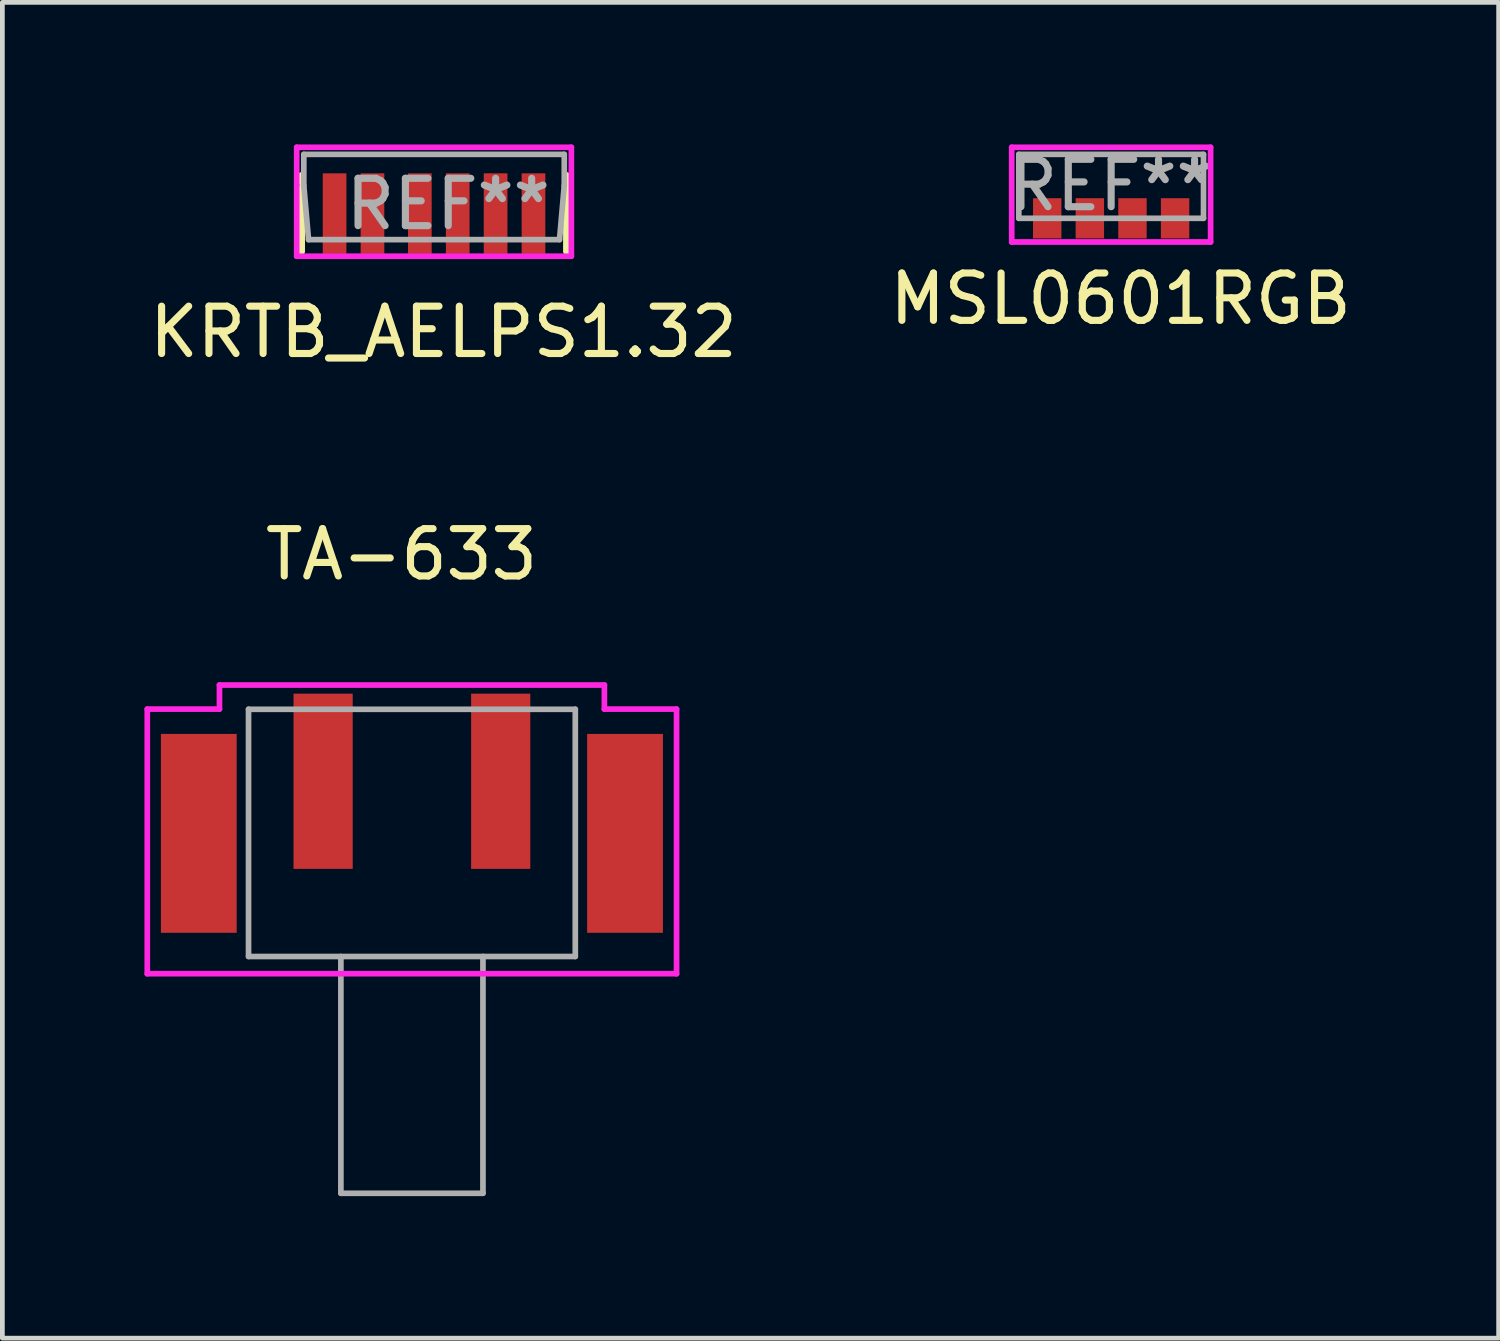
<source format=kicad_pcb>
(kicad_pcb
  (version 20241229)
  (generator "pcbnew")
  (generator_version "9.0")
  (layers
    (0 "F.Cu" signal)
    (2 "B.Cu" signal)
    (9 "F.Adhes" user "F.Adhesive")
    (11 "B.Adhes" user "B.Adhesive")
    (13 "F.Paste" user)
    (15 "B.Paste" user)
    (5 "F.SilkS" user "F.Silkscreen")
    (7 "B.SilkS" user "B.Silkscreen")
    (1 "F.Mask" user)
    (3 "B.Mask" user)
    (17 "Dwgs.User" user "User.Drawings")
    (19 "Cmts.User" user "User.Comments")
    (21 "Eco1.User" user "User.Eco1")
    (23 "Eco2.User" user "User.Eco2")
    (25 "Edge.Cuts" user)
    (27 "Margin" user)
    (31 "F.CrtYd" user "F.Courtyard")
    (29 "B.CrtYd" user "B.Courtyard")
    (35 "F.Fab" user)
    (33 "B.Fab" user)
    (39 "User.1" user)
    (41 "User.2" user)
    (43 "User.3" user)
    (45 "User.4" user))
  (footprint "MSL0601RGB"
    (layer "F.Cu")
    (at 20.413 1.56)
    (property "Reference" "MSL0601RGB" (at 0.2 1.7 0) (layer "F.SilkS") (effects (font (size 1 1) (thickness 0.15))))
    (attr through_hole)
    (fp_line (start -2.1 -1.5) (end -2.1 0.5) (stroke (width 0.12) (type solid)) (layer "F.CrtYd"))
    (fp_line (start -2.1 0.5) (end 2.1 0.5) (stroke (width 0.12) (type solid)) (layer "F.CrtYd"))
    (fp_line (start 2.1 -1.5) (end -2.1 -1.5) (stroke (width 0.12) (type solid)) (layer "F.CrtYd"))
    (fp_line (start 2.1 0.5) (end 2.1 -1.5) (stroke (width 0.12) (type solid)) (layer "F.CrtYd"))
    (fp_line (start -1.95 -1.35) (end -1.95 0) (stroke (width 0.12) (type solid)) (layer "F.Fab"))
    (fp_line (start -1.95 -1.35) (end 1.95 -1.35) (stroke (width 0.12) (type solid)) (layer "F.Fab"))
    (fp_line (start -1.95 0) (end 1.95 0) (stroke (width 0.12) (type solid)) (layer "F.Fab"))
    (fp_line (start 1.95 -1.35) (end 1.95 0) (stroke (width 0.12) (type solid)) (layer "F.Fab"))
    (fp_text user "REF**" (at 0 -0.7 0) (layer "F.Fab") (effects (font (size 1 1) (thickness 0.15))))
    (pad "1" smd rect (at 1.35 0) (size 0.6 0.85) (layers "F.Cu" "F.Mask" "F.Paste"))
    (pad "2" smd rect (at 0.45 0) (size 0.6 0.85) (layers "F.Cu" "F.Mask" "F.Paste"))
    (pad "3" smd rect (at -0.45 0) (size 0.6 0.85) (layers "F.Cu" "F.Mask" "F.Paste"))
    (pad "4" smd rect (at -1.35 0) (size 0.6 0.85) (layers "F.Cu" "F.Mask" "F.Paste")))
  (footprint "KRTB_AELPS1.32"
    (layer "F.Cu")
    (at 6.115 1.66)
    (property "Reference" "KRTB_AELPS1.32" (at 0.2 2.3 0) (layer "F.SilkS") (effects (font (size 1 1) (thickness 0.15))))
    (attr through_hole)
    (fp_line (start -2.8 -1) (end -2.8 0.6) (stroke (width 0.15) (type solid)) (layer "F.SilkS"))
    (fp_line (start 2.8 -1) (end 2.8 0.6) (stroke (width 0.15) (type solid)) (layer "F.SilkS"))
    (fp_line (start -2.9 -1.6) (end -2.9 -0.8) (stroke (width 0.12) (type solid)) (layer "F.CrtYd"))
    (fp_line (start -2.9 -0.8) (end -2.9 0.7) (stroke (width 0.12) (type solid)) (layer "F.CrtYd"))
    (fp_line (start -2.9 0.7) (end 2.9 0.7) (stroke (width 0.12) (type solid)) (layer "F.CrtYd"))
    (fp_line (start 2.9 -1.6) (end -2.9 -1.6) (stroke (width 0.12) (type solid)) (layer "F.CrtYd"))
    (fp_line (start 2.9 0.7) (end 2.9 -1.6) (stroke (width 0.12) (type solid)) (layer "F.CrtYd"))
    (fp_line (start -2.75 -1.45) (end -2.75 -0.79) (stroke (width 0.12) (type solid)) (layer "F.Fab"))
    (fp_line (start -2.65 0.35) (end -2.75 -0.79) (stroke (width 0.12) (type solid)) (layer "F.Fab"))
    (fp_line (start 2.65 0.35) (end -2.65 0.35) (stroke (width 0.12) (type solid)) (layer "F.Fab"))
    (fp_line (start 2.65 0.35) (end 2.75 -0.79) (stroke (width 0.12) (type solid)) (layer "F.Fab"))
    (fp_line (start 2.75 -1.45) (end -2.75 -1.45) (stroke (width 0.12) (type solid)) (layer "F.Fab"))
    (fp_line (start 2.75 -1.45) (end 2.75 -0.79) (stroke (width 0.12) (type solid)) (layer "F.Fab"))
    (fp_text user "REF**" (at 0.3 -0.4 0) (layer "F.Fab") (effects (font (size 1 1) (thickness 0.15))))
    (pad "1" smd rect (at 2.1 -0.2) (size 0.5 1.7) (layers "F.Cu" "F.Mask" "F.Paste"))
    (pad "2" smd rect (at -0.3 -0.2) (size 0.5 1.7) (layers "F.Cu" "F.Mask" "F.Paste"))
    (pad "3" smd rect (at -1.3 -0.2) (size 0.5 1.7) (layers "F.Cu" "F.Mask" "F.Paste"))
    (pad "4" smd rect (at -2.1 -0.2) (size 0.5 1.7) (layers "F.Cu" "F.Mask" "F.Paste"))
    (pad "5" smd rect (at 0.5 -0.2) (size 0.5 1.7) (layers "F.Cu" "F.Mask" "F.Paste"))
    (pad "6" smd rect (at 1.3 -0.2) (size 0.5 1.7) (layers "F.Cu" "F.Mask" "F.Paste")))
  (footprint "TA-633"
    (layer "F.Cu")
    (at 5.648 13.447)
    (property "Reference" "TA-633" (at -0.22 -4.79 0) (layer "F.SilkS") (effects (font (size 1 1) (thickness 0.15))))
    (attr through_hole)
    (fp_line (start -5.588 -1.524) (end -4.064 -1.524) (stroke (width 0.12) (type solid)) (layer "F.CrtYd"))
    (fp_line (start -5.588 4.064) (end -5.588 -1.524) (stroke (width 0.12) (type solid)) (layer "F.CrtYd"))
    (fp_line (start -4.064 -2.032) (end 4.064 -2.032) (stroke (width 0.12) (type solid)) (layer "F.CrtYd"))
    (fp_line (start -4.064 -1.524) (end -4.064 -2.032) (stroke (width 0.12) (type solid)) (layer "F.CrtYd"))
    (fp_line (start 4.064 -2.032) (end 4.064 -1.524) (stroke (width 0.12) (type solid)) (layer "F.CrtYd"))
    (fp_line (start 4.064 -1.524) (end 5.588 -1.524) (stroke (width 0.12) (type solid)) (layer "F.CrtYd"))
    (fp_line (start 5.588 -1.524) (end 5.588 4.064) (stroke (width 0.12) (type solid)) (layer "F.CrtYd"))
    (fp_line (start 5.588 4.064) (end -5.588 4.064) (stroke (width 0.12) (type solid)) (layer "F.CrtYd"))
    (fp_line (start -3.45 -1.52) (end 3.45 -1.52) (stroke (width 0.12) (type solid)) (layer "F.Fab"))
    (fp_line (start -3.45 3.7) (end -3.45 -1.52) (stroke (width 0.12) (type solid)) (layer "F.Fab"))
    (fp_line (start -3.45 3.7) (end 3.45 3.7) (stroke (width 0.12) (type solid)) (layer "F.Fab"))
    (fp_line (start -1.5 3.7) (end -1.5 8.7) (stroke (width 0.12) (type solid)) (layer "F.Fab"))
    (fp_line (start -1.5 8.7) (end 1.5 8.7) (stroke (width 0.12) (type solid)) (layer "F.Fab"))
    (fp_line (start 1.5 3.7) (end 1.5 8.7) (stroke (width 0.12) (type solid)) (layer "F.Fab"))
    (fp_line (start 3.45 -1.52) (end 3.45 3.7) (stroke (width 0.12) (type solid)) (layer "F.Fab"))
    (pad "1" smd rect (at -1.875 0) (size 1.25 3.7) (layers "F.Cu" "F.Mask" "F.Paste"))
    (pad "2" smd rect (at 1.875 0) (size 1.25 3.7) (layers "F.Cu" "F.Mask" "F.Paste"))
    (pad "~" smd rect (at -4.5 1.1) (size 1.6 4.2) (layers "F.Cu" "F.Mask" "F.Paste"))
    (pad "~" smd rect (at 4.5 1.1) (size 1.6 4.2) (layers "F.Cu" "F.Mask" "F.Paste")))
  (gr_rect
    (start -3 -3)
    (end 28.595 25.206)
    (stroke (width 0.1) (type default))
    (fill no)
    (layer "Edge.Cuts")))
</source>
